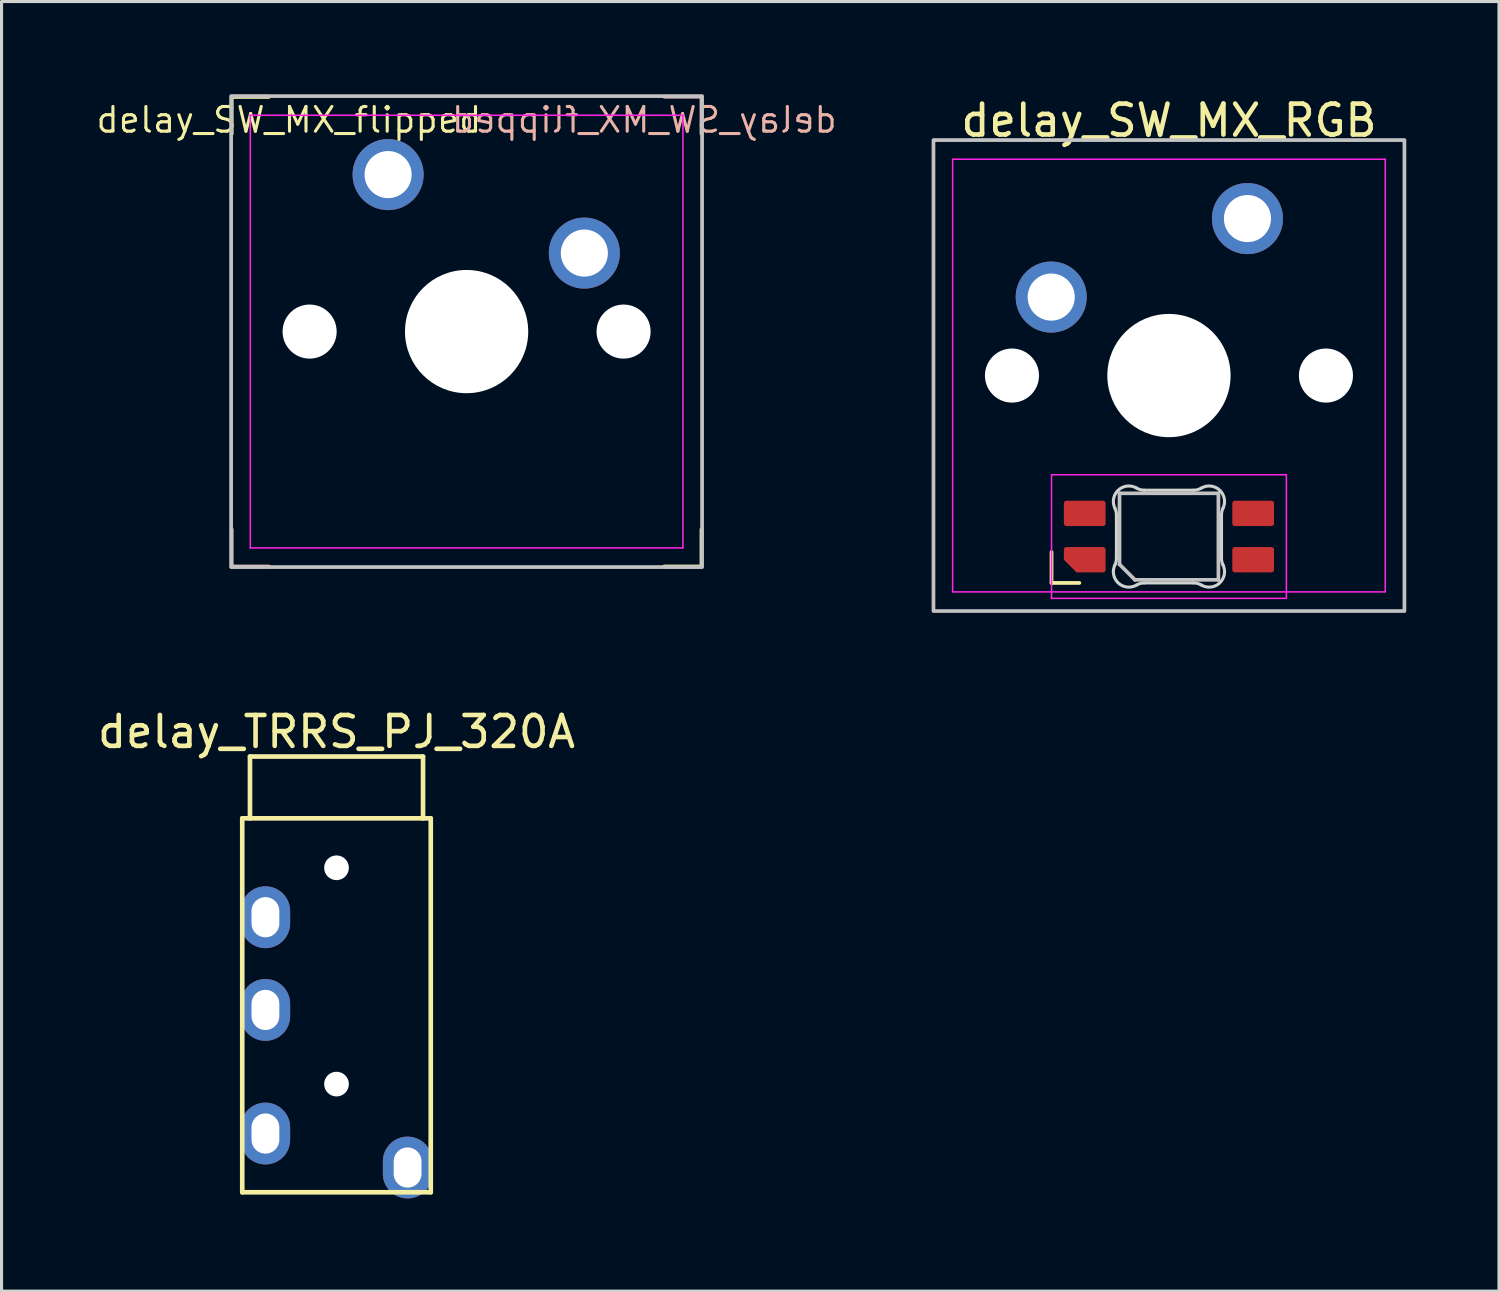
<source format=kicad_pcb>
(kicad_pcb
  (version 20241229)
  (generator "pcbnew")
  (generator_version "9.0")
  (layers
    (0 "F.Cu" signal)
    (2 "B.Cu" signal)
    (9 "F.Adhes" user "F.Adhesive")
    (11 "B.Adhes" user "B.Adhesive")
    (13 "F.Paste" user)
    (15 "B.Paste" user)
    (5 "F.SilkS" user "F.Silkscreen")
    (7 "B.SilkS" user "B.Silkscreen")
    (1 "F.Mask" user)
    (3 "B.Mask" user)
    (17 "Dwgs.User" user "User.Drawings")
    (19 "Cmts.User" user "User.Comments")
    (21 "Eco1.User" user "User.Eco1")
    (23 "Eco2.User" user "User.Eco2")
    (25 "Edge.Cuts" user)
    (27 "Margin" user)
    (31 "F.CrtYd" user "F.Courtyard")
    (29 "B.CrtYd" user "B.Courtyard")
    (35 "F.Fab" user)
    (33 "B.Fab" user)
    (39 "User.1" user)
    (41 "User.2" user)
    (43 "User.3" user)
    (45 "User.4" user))
  (footprint "delay_TRRS_PJ_320A"
    (layer "F.Cu")
    (at 7.839 28.431)
    (property "Reference" "delay_TRRS_PJ_320A" (at 0 -7.8 0) (unlocked yes) (layer "F.SilkS") (effects (font (size 1 1) (thickness 0.15))))
    (attr through_hole)
    (fp_line (start -3.05 -5) (end -3.05 7.1) (stroke (width 0.15) (type solid)) (layer "F.SilkS"))
    (fp_line (start -3.05 -5) (end 3.05 -5) (stroke (width 0.15) (type solid)) (layer "F.SilkS"))
    (fp_line (start -3.05 7.1) (end 3.05 7.1) (stroke (width 0.15) (type solid)) (layer "F.SilkS"))
    (fp_line (start -2.8 -7) (end 2.8 -7) (stroke (width 0.15) (type solid)) (layer "F.SilkS"))
    (fp_line (start -2.8 -5) (end -2.8 -7) (stroke (width 0.15) (type solid)) (layer "F.SilkS"))
    (fp_line (start 2.8 -5) (end 2.8 -7) (stroke (width 0.15) (type solid)) (layer "F.SilkS"))
    (fp_line (start 3.05 -5) (end 3.05 7.1) (stroke (width 0.15) (type solid)) (layer "F.SilkS"))
    (pad "" np_thru_hole circle (at 0 -3.4) (size 0.8 0.8) (drill 0.8) (layers "*.Cu" "*.Mask"))
    (pad "" np_thru_hole circle (at 0 3.6) (size 0.8 0.8) (drill 0.8) (layers "*.Cu" "*.Mask"))
    (pad "R1" thru_hole oval (at -2.3 5.2) (size 1.6 2) (drill oval 0.9 1.3) (layers "*.Cu" "*.Mask"))
    (pad "R2" thru_hole oval (at -2.3 1.2) (size 1.6 2) (drill oval 0.9 1.3) (layers "*.Cu" "*.Mask"))
    (pad "S" thru_hole oval (at -2.3 -1.8) (size 1.6 2) (drill oval 0.9 1.3) (layers "*.Cu" "*.Mask"))
    (pad "T" thru_hole oval (at 2.3 6.3) (size 1.6 2) (drill oval 0.9 1.3) (layers "*.Cu" "*.Mask")))
  (footprint "delay_SW_MX_flipped"
    (layer "F.Cu")
    (at 12.049 7.68)
    (property "Reference" "delay_SW_MX_flipped" (at -5.75 -6.85 0) (unlocked yes) (layer "F.SilkS") (effects (font (size 0.8 0.8) (thickness 0.1))))
    (attr through_hole)
    (fp_line (start -7.6 -7.6) (end -7.6 -6.4) (stroke (width 0.12) (type solid)) (layer "F.SilkS"))
    (fp_line (start -7.6 -7.6) (end -6.4 -7.6) (stroke (width 0.12) (type solid)) (layer "F.SilkS"))
    (fp_line (start -6.4 -7.6) (end -7.6 -7.6) (stroke (width 0.12) (type solid)) (layer "F.SilkS"))
    (fp_line (start 7.6 7.6) (end 6.4 7.6) (stroke (width 0.12) (type solid)) (layer "F.SilkS"))
    (fp_line (start 7.6 7.6) (end 7.6 6.4) (stroke (width 0.12) (type solid)) (layer "F.SilkS"))
    (fp_line (start -7.6 7.6) (end -7.6 6.4) (stroke (width 0.12) (type solid)) (layer "B.SilkS"))
    (fp_line (start -7.6 7.6) (end -6.4 7.6) (stroke (width 0.12) (type solid)) (layer "B.SilkS"))
    (fp_line (start 7.6 -7.6) (end 6.4 -7.6) (stroke (width 0.12) (type solid)) (layer "B.SilkS"))
    (fp_line (start 7.6 -7.6) (end 7.6 -6.4) (stroke (width 0.12) (type solid)) (layer "B.SilkS"))
    (fp_rect (start -7.62 -7.62) (end 7.62 7.62) (stroke (width 0.12) (type solid)) (fill no) (layer "Dwgs.User"))
    (fp_line (start -0.25 0.38) (end 0 0.13) (stroke (width 0.12) (type solid)) (layer "Cmts.User"))
    (fp_line (start 0 0.13) (end -0.25 -0.12) (stroke (width 0.12) (type solid)) (layer "Cmts.User"))
    (fp_line (start 0 0.13) (end 0.25 -0.12) (stroke (width 0.12) (type solid)) (layer "Cmts.User"))
    (fp_line (start 0.25 0.38) (end 0 0.13) (stroke (width 0.12) (type solid)) (layer "Cmts.User"))
    (fp_line (start -7 6.5) (end -7 -6.5) (stroke (width 0.05) (type solid)) (layer "Eco2.User"))
    (fp_line (start -6.5 -7) (end 6.5 -7) (stroke (width 0.05) (type solid)) (layer "Eco2.User"))
    (fp_line (start 6.5 7) (end -6.5 7) (stroke (width 0.05) (type solid)) (layer "Eco2.User"))
    (fp_line (start 7 -6.5) (end 7 6.5) (stroke (width 0.05) (type solid)) (layer "Eco2.User"))
    (fp_arc (start -7 -6.5) (mid -6.853553 -6.853553) (end -6.5 -7) (stroke (width 0.05) (type solid)) (layer "Eco2.User"))
    (fp_arc (start -6.5 7) (mid -6.853553 6.853553) (end -7 6.5) (stroke (width 0.05) (type solid)) (layer "Eco2.User"))
    (fp_arc (start 6.5 -7) (mid 6.853553 -6.853553) (end 7 -6.5) (stroke (width 0.05) (type solid)) (layer "Eco2.User"))
    (fp_arc (start 6.997236 6.498884) (mid 6.850806 6.852455) (end 6.497236 6.998884) (stroke (width 0.05) (type solid)) (layer "Eco2.User"))
    (fp_line (start -7 -7) (end -7 7) (stroke (width 0.05) (type solid)) (layer "F.CrtYd"))
    (fp_line (start -7 7) (end 7 7) (stroke (width 0.05) (type solid)) (layer "F.CrtYd"))
    (fp_line (start 7 -7) (end -7 -7) (stroke (width 0.05) (type solid)) (layer "F.CrtYd"))
    (fp_line (start 7 7) (end 7 -7) (stroke (width 0.05) (type solid)) (layer "F.CrtYd"))
    (fp_text user "${REFERENCE}" (at 5.75 -6.85 0) (unlocked yes) (layer "B.SilkS") (effects (font (size 0.8 0.8) (thickness 0.1)) (justify mirror)))
    (pad "" np_thru_hole circle (at -5.08 0) (size 1.75 1.75) (drill 1.75) (layers "*.Cu" "*.Mask"))
    (pad "" np_thru_hole circle (at 0 0) (size 3.988 3.988) (drill 3.988) (layers "*.Cu" "*.Mask"))
    (pad "" np_thru_hole circle (at 5.08 0) (size 1.75 1.75) (drill 1.75) (layers "*.Cu" "*.Mask"))
    (pad "1" thru_hole circle (at -2.54 -5.08) (size 2.3 2.3) (drill 1.524) (layers "*.Cu" "*.Mask"))
    (pad "2" thru_hole circle (at 3.81 -2.54) (size 2.3 2.3) (drill 1.524) (layers "*.Cu" "*.Mask")))
  (footprint "delay_SW_MX_RGB"
    (layer "F.Cu")
    (at 34.777 9.103)
    (property "Reference" "delay_SW_MX_RGB" (at 0 -8.255 0) (layer "F.SilkS") (effects (font (size 1 1) (thickness 0.15))))
    (attr through_hole)
    (fp_line (start -3.8 5.71) (end -3.8 6.71) (stroke (width 0.12) (type solid)) (layer "F.SilkS"))
    (fp_line (start -3.8 6.71) (end -2.9 6.71) (stroke (width 0.12) (type solid)) (layer "F.SilkS"))
    (fp_line (start -1.6 3.81) (end 1.6 3.81) (stroke (width 0.12) (type solid)) (layer "Dwgs.User"))
    (fp_line (start -1.6 6.11) (end -1.6 3.81) (stroke (width 0.12) (type solid)) (layer "Dwgs.User"))
    (fp_line (start -1.6 6.11) (end -1.1 6.61) (stroke (width 0.12) (type solid)) (layer "Dwgs.User"))
    (fp_line (start 1.6 3.81) (end 1.6 6.61) (stroke (width 0.12) (type solid)) (layer "Dwgs.User"))
    (fp_line (start 1.6 6.61) (end -1.1 6.61) (stroke (width 0.12) (type solid)) (layer "Dwgs.User"))
    (fp_rect (start -7.62 -7.62) (end 7.62 7.62) (stroke (width 0.12) (type solid)) (fill no) (layer "Dwgs.User"))
    (fp_line (start -0.25 0.38) (end 0 0.13) (stroke (width 0.12) (type solid)) (layer "Cmts.User"))
    (fp_line (start 0 0.13) (end -0.25 -0.12) (stroke (width 0.12) (type solid)) (layer "Cmts.User"))
    (fp_line (start 0 0.13) (end 0.25 -0.12) (stroke (width 0.12) (type solid)) (layer "Cmts.User"))
    (fp_line (start 0.25 0.38) (end 0 0.13) (stroke (width 0.12) (type solid)) (layer "Cmts.User"))
    (fp_line (start -7 6.5) (end -7 -6.5) (stroke (width 0.05) (type solid)) (layer "Eco2.User"))
    (fp_line (start -6.5 -7) (end 6.5 -7) (stroke (width 0.05) (type solid)) (layer "Eco2.User"))
    (fp_line (start 6.5 7) (end -6.5 7) (stroke (width 0.05) (type solid)) (layer "Eco2.User"))
    (fp_line (start 7 -6.5) (end 7 6.5) (stroke (width 0.05) (type solid)) (layer "Eco2.User"))
    (fp_arc (start -7 -6.5) (mid -6.853553 -6.853553) (end -6.5 -7) (stroke (width 0.05) (type solid)) (layer "Eco2.User"))
    (fp_arc (start -6.5 7) (mid -6.853553 6.853553) (end -7 6.5) (stroke (width 0.05) (type solid)) (layer "Eco2.User"))
    (fp_arc (start 6.5 -7) (mid 6.853553 -6.853553) (end 7 -6.5) (stroke (width 0.05) (type solid)) (layer "Eco2.User"))
    (fp_arc (start 6.997236 6.498884) (mid 6.850789 6.852437) (end 6.497236 6.998884) (stroke (width 0.05) (type solid)) (layer "Eco2.User"))
    (fp_line (start -1.7 4.507) (end -1.7 5.913) (stroke (width 0.1) (type solid)) (layer "Edge.Cuts"))
    (fp_line (start -0.794 6.71) (end 0.794 6.71) (stroke (width 0.1) (type solid)) (layer "Edge.Cuts"))
    (fp_line (start 0.794 3.71) (end -0.794 3.71) (stroke (width 0.1) (type solid)) (layer "Edge.Cuts"))
    (fp_line (start 1.7 5.913) (end 1.7 4.507) (stroke (width 0.1) (type solid)) (layer "Edge.Cuts"))
    (fp_arc (start -1.749484 4.29028) (mid -1.712527 4.395932) (end -1.699999 4.507157) (stroke (width 0.1) (type solid)) (layer "Edge.Cuts"))
    (fp_arc (start -1.749484 4.29028) (mid -1.638071 3.705966) (end -1.046711 3.641702) (stroke (width 0.1) (type solid)) (layer "Edge.Cuts"))
    (fp_arc (start -1.699999 5.912842) (mid -1.712527 6.024068) (end -1.749484 6.12972) (stroke (width 0.1) (type solid)) (layer "Edge.Cuts"))
    (fp_arc (start -1.046711 6.778299) (mid -1.638072 6.714035) (end -1.749484 6.129719) (stroke (width 0.1) (type solid)) (layer "Edge.Cuts"))
    (fp_arc (start -1.046711 6.778299) (mid -0.925123 6.727377) (end -0.794452 6.71) (stroke (width 0.1) (type solid)) (layer "Edge.Cuts"))
    (fp_arc (start -0.794453 3.710001) (mid -0.925123 3.692624) (end -1.046711 3.641702) (stroke (width 0.1) (type solid)) (layer "Edge.Cuts"))
    (fp_arc (start 0.794452 6.71) (mid 0.925122 6.727377) (end 1.04671 6.778299) (stroke (width 0.1) (type solid)) (layer "Edge.Cuts"))
    (fp_arc (start 1.046711 3.641701) (mid 0.925123 3.692623) (end 0.794453 3.71) (stroke (width 0.1) (type solid)) (layer "Edge.Cuts"))
    (fp_arc (start 1.046711 3.641701) (mid 1.638071 3.705965) (end 1.749484 4.29028) (stroke (width 0.1) (type solid)) (layer "Edge.Cuts"))
    (fp_arc (start 1.699999 4.507158) (mid 1.712527 4.395932) (end 1.749484 4.29028) (stroke (width 0.1) (type solid)) (layer "Edge.Cuts"))
    (fp_arc (start 1.749484 6.12972) (mid 1.63807 6.714034) (end 1.046711 6.778297) (stroke (width 0.1) (type solid)) (layer "Edge.Cuts"))
    (fp_arc (start 1.749484 6.12972) (mid 1.712527 6.024068) (end 1.699999 5.912843) (stroke (width 0.1) (type solid)) (layer "Edge.Cuts"))
    (fp_line (start -7 -7) (end -7 7) (stroke (width 0.05) (type solid)) (layer "F.CrtYd"))
    (fp_line (start -7 7) (end 7 7) (stroke (width 0.05) (type solid)) (layer "F.CrtYd"))
    (fp_line (start -3.8 3.21) (end 3.8 3.21) (stroke (width 0.05) (type solid)) (layer "F.CrtYd"))
    (fp_line (start -3.8 7.21) (end -3.8 3.21) (stroke (width 0.05) (type solid)) (layer "F.CrtYd"))
    (fp_line (start 3.8 3.21) (end 3.8 7.21) (stroke (width 0.05) (type solid)) (layer "F.CrtYd"))
    (fp_line (start 3.8 7.21) (end -3.8 7.21) (stroke (width 0.05) (type solid)) (layer "F.CrtYd"))
    (fp_line (start 7 -7) (end -7 -7) (stroke (width 0.05) (type solid)) (layer "F.CrtYd"))
    (fp_line (start 7 7) (end 7 -7) (stroke (width 0.05) (type solid)) (layer "F.CrtYd"))
    (pad "" np_thru_hole circle (at -5.08 0) (size 1.75 1.75) (drill 1.75) (layers "*.Cu" "*.Mask"))
    (pad "" np_thru_hole circle (at 0 0) (size 3.988 3.988) (drill 3.988) (layers "*.Cu" "*.Mask"))
    (pad "" np_thru_hole circle (at 5.08 0) (size 1.75 1.75) (drill 1.75) (layers "*.Cu" "*.Mask"))
    (pad "1" smd roundrect (at 2.725 4.46 90) (size 0.82 1.35) (layers "F.Cu" "F.Mask" "F.Paste") (roundrect_rratio 0.1))
    (pad "2" smd roundrect (at 2.725 5.96 90) (size 0.82 1.35) (layers "F.Cu" "F.Mask" "F.Paste") (roundrect_rratio 0.1))
    (pad "3" smd roundrect (at -2.725 5.96 90) (size 0.82 1.35) (layers "F.Cu" "F.Mask" "F.Paste") (roundrect_rratio 0.1) (chamfer_ratio 0.5) (chamfer top_left))
    (pad "4" smd roundrect (at -2.725 4.46 90) (size 0.82 1.35) (layers "F.Cu" "F.Mask" "F.Paste") (roundrect_rratio 0.1))
    (pad "5" thru_hole circle (at -3.81 -2.54) (size 2.3 2.3) (drill 1.524) (layers "*.Cu" "*.Mask"))
    (pad "6" thru_hole circle (at 2.54 -5.08) (size 2.3 2.3) (drill 1.524) (layers "*.Cu" "*.Mask")))
  (gr_rect
    (start -3 -3)
    (end 45.457 38.731)
    (stroke (width 0.1) (type default))
    (fill no)
    (layer "Edge.Cuts")))
</source>
